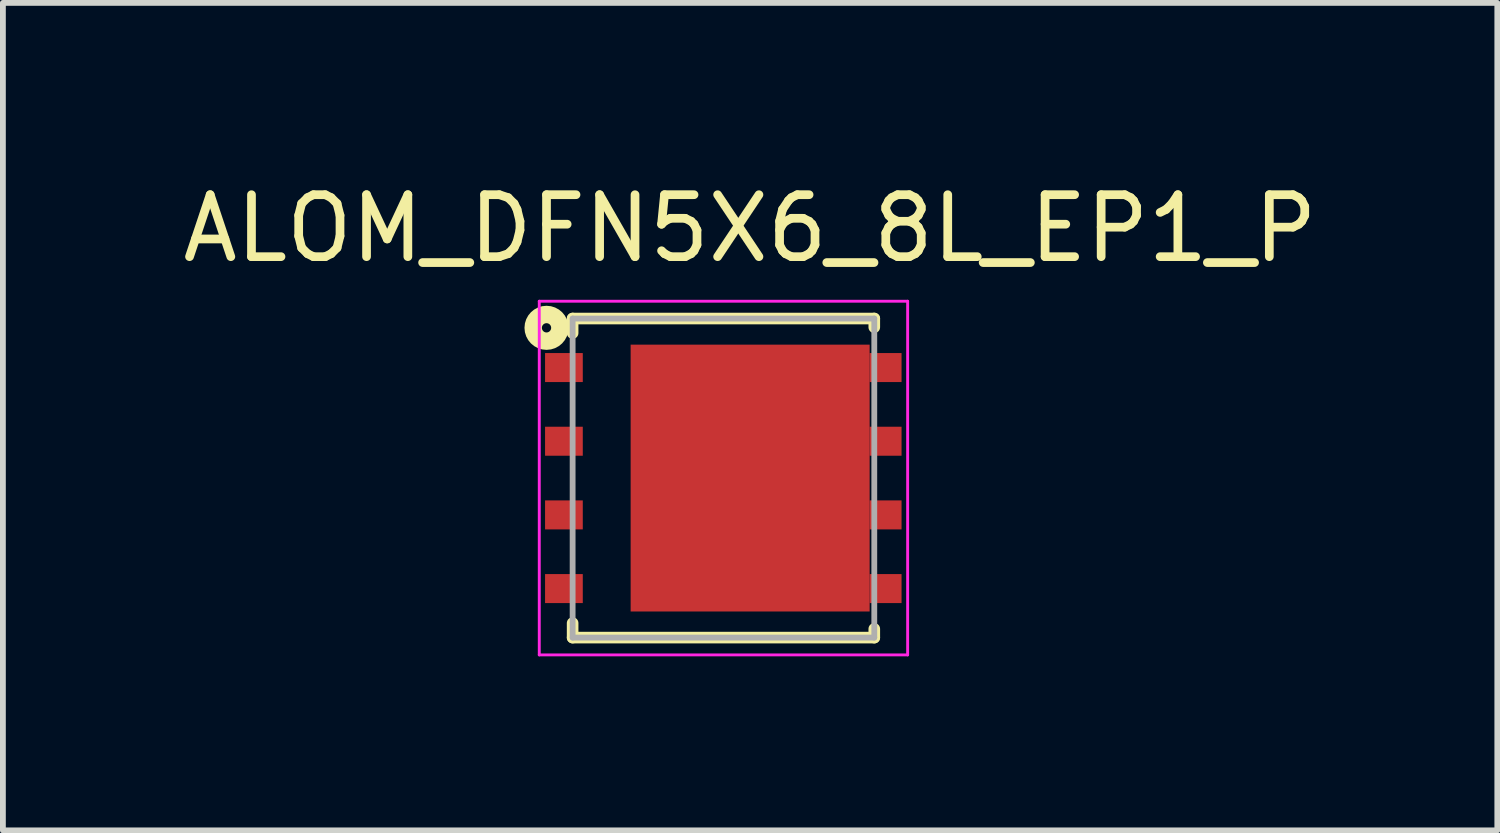
<source format=kicad_pcb>
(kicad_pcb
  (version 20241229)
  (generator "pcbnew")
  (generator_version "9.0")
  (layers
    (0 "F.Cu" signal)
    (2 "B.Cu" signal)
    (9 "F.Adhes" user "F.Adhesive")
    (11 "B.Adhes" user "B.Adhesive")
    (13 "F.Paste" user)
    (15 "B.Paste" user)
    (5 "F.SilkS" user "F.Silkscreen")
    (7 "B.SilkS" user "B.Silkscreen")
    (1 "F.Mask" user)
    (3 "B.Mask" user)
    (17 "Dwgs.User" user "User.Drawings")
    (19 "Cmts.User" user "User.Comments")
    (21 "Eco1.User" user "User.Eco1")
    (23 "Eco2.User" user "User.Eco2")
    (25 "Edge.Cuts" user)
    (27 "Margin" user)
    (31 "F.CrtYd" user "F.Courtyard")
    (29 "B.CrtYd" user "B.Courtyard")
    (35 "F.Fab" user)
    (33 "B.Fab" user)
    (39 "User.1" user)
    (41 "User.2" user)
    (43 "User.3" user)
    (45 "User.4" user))
  (footprint "ALOM_DFN5X6_8L_EP1_P"
    (layer "F.Cu")
    (at 9.421 5.191)
    (property "Reference" "ALOM_DFN5X6_8L_EP1_P" (at 0.459 -4.303 0) (layer "F.SilkS") (effects (font (size 1.068 1.068) (thickness 0.15))))
    (attr smd)
    (fp_line (start -2.6 -2.75) (end -2.6 -2.5) (stroke (width 0.2) (type solid)) (layer "F.SilkS"))
    (fp_line (start -2.6 2.5) (end -2.6 2.75) (stroke (width 0.2) (type solid)) (layer "F.SilkS"))
    (fp_line (start 2.6 -2.75) (end -2.6 -2.75) (stroke (width 0.2) (type solid)) (layer "F.SilkS"))
    (fp_line (start 2.6 -2.75) (end 2.6 -2.6) (stroke (width 0.2) (type solid)) (layer "F.SilkS"))
    (fp_line (start 2.6 2.6) (end 2.6 2.75) (stroke (width 0.2) (type solid)) (layer "F.SilkS"))
    (fp_line (start 2.6 2.75) (end -2.6 2.75) (stroke (width 0.2) (type solid)) (layer "F.SilkS"))
    (fp_circle (center -3.05 -2.59) (end -2.97 -2.59) (stroke (width 0.3) (type solid)) (fill no) (layer "F.SilkS"))
    (fp_line (start -3.175 -3.048) (end 3.175 -3.048) (stroke (width 0.05) (type solid)) (layer "F.CrtYd"))
    (fp_line (start -3.175 3.048) (end -3.175 -3.048) (stroke (width 0.05) (type solid)) (layer "F.CrtYd"))
    (fp_line (start 3.175 -3.048) (end 3.175 3.048) (stroke (width 0.05) (type solid)) (layer "F.CrtYd"))
    (fp_line (start 3.175 3.048) (end -3.175 3.048) (stroke (width 0.05) (type solid)) (layer "F.CrtYd"))
    (fp_line (start -2.6 -2.75) (end 2.6 -2.75) (stroke (width 0.1) (type solid)) (layer "F.Fab"))
    (fp_line (start -2.6 2.75) (end -2.6 -2.75) (stroke (width 0.1) (type solid)) (layer "F.Fab"))
    (fp_line (start 2.6 -2.75) (end 2.6 2.75) (stroke (width 0.1) (type solid)) (layer "F.Fab"))
    (fp_line (start 2.6 2.75) (end -2.6 2.75) (stroke (width 0.1) (type solid)) (layer "F.Fab"))
    (pad "1" smd rect (at -2.75 -1.905) (size 0.65 0.5) (layers "F.Cu" "F.Mask" "F.Paste"))
    (pad "2" smd rect (at -2.75 -0.635) (size 0.65 0.5) (layers "F.Cu" "F.Mask" "F.Paste"))
    (pad "3" smd rect (at -2.75 0.635) (size 0.65 0.5) (layers "F.Cu" "F.Mask" "F.Paste"))
    (pad "4" smd rect (at -2.75 1.905) (size 0.65 0.5) (layers "F.Cu" "F.Mask" "F.Paste"))
    (pad "5" smd rect (at 2.795 1.905) (size 0.55 0.5) (layers "F.Cu" "F.Mask" "F.Paste"))
    (pad "6" smd rect (at 2.795 0.635) (size 0.55 0.5) (layers "F.Cu" "F.Mask" "F.Paste"))
    (pad "7" smd rect (at 2.795 -0.635) (size 0.55 0.5) (layers "F.Cu" "F.Mask" "F.Paste"))
    (pad "8" smd rect (at 2.795 -1.905) (size 0.55 0.5) (layers "F.Cu" "F.Mask" "F.Paste"))
    (pad "9" smd rect (at 0.46 0) (size 4.12 4.6) (layers "F.Cu" "F.Mask" "F.Paste")))
  (gr_rect
    (start -3 -3)
    (end 22.761 11.264)
    (stroke (width 0.1) (type default))
    (fill no)
    (layer "Edge.Cuts")))
</source>
